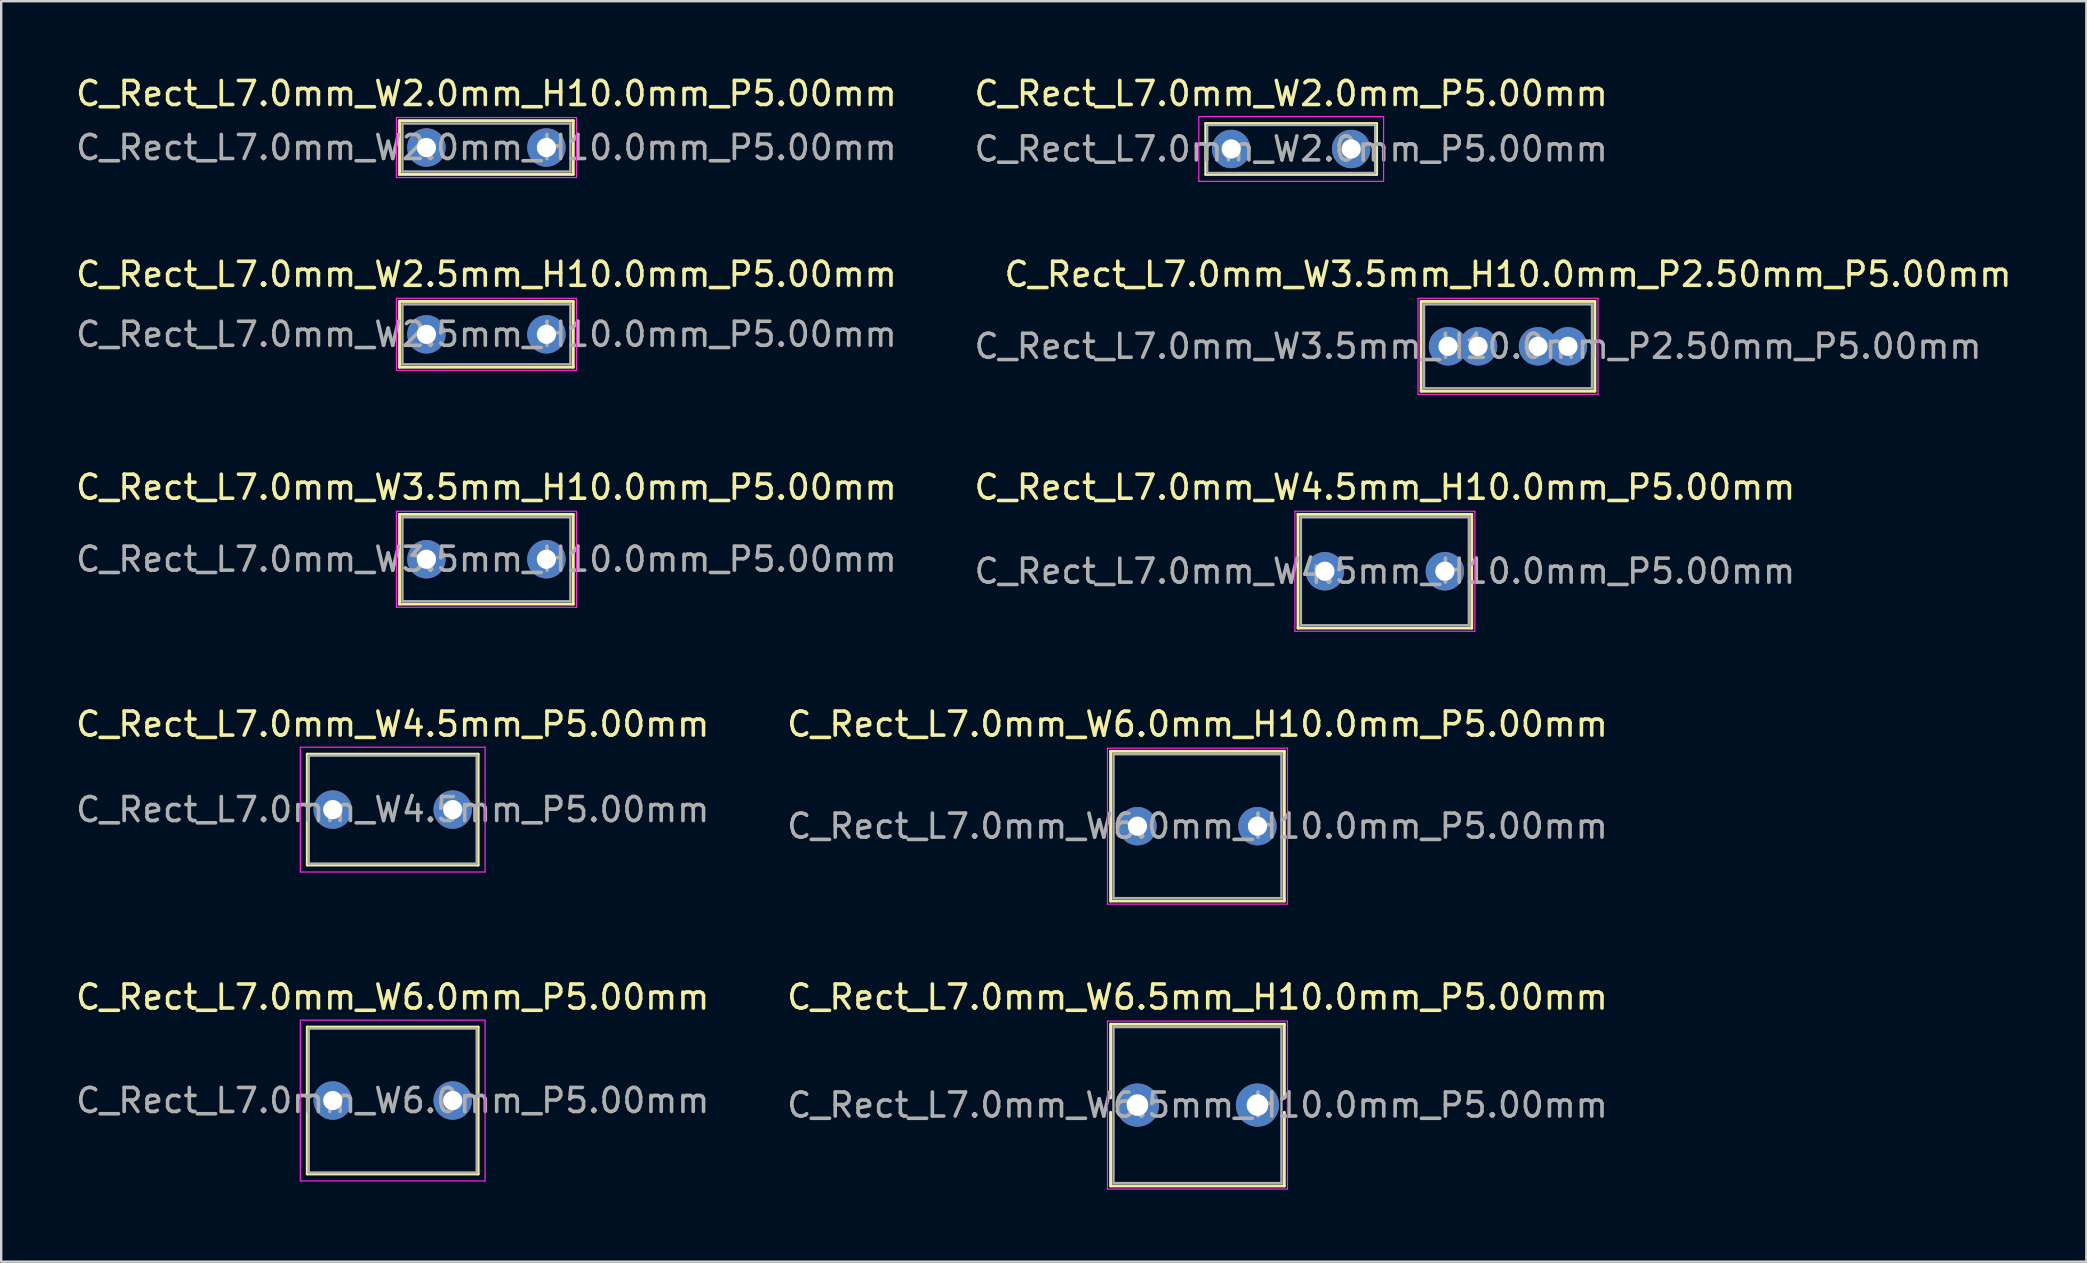
<source format=kicad_pcb>
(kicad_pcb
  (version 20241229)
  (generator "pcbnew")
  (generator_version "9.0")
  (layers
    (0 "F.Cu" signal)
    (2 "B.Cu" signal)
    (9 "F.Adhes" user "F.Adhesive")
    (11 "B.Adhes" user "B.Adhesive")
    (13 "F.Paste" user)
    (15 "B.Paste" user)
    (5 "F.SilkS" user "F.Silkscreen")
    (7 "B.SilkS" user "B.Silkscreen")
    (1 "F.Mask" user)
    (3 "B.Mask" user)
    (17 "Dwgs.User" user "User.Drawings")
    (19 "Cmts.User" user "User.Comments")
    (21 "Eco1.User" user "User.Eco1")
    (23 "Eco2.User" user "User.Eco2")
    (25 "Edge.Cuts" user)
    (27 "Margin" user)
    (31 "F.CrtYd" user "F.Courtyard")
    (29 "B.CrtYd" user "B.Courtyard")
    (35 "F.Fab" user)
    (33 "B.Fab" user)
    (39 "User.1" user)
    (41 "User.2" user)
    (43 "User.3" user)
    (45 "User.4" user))
  (footprint "C_Rect_L7.0mm_W3.5mm_H10.0mm_P2.50mm_P5.00mm"
    (layer "F.Cu")
    (at 57.292 11.382)
    (property "Reference" "C_Rect_L7.0mm_W3.5mm_H10.0mm_P2.50mm_P5.00mm" (at 2.5 -3 0) (layer "F.SilkS") (effects (font (size 1 1) (thickness 0.15))))
    (attr through_hole)
    (fp_line (start -1.12 -1.87) (end -1.12 1.87) (stroke (width 0.12) (type solid)) (layer "F.SilkS"))
    (fp_line (start -1.12 -1.87) (end 6.12 -1.87) (stroke (width 0.12) (type solid)) (layer "F.SilkS"))
    (fp_line (start -1.12 1.87) (end 6.12 1.87) (stroke (width 0.12) (type solid)) (layer "F.SilkS"))
    (fp_line (start 6.12 -1.87) (end 6.12 1.87) (stroke (width 0.12) (type solid)) (layer "F.SilkS"))
    (fp_line (start -1.25 -2) (end -1.25 2) (stroke (width 0.05) (type solid)) (layer "F.CrtYd"))
    (fp_line (start -1.25 2) (end 6.25 2) (stroke (width 0.05) (type solid)) (layer "F.CrtYd"))
    (fp_line (start 6.25 -2) (end -1.25 -2) (stroke (width 0.05) (type solid)) (layer "F.CrtYd"))
    (fp_line (start 6.25 2) (end 6.25 -2) (stroke (width 0.05) (type solid)) (layer "F.CrtYd"))
    (fp_line (start -1 -1.75) (end -1 1.75) (stroke (width 0.1) (type solid)) (layer "F.Fab"))
    (fp_line (start -1 1.75) (end 6 1.75) (stroke (width 0.1) (type solid)) (layer "F.Fab"))
    (fp_line (start 6 -1.75) (end -1 -1.75) (stroke (width 0.1) (type solid)) (layer "F.Fab"))
    (fp_line (start 6 1.75) (end 6 -1.75) (stroke (width 0.1) (type solid)) (layer "F.Fab"))
    (fp_text user "${REFERENCE}" (at 1.25 0 0) (layer "F.Fab") (effects (font (size 1 1) (thickness 0.15))))
    (pad "1" thru_hole circle (at 0 0) (size 1.6 1.6) (drill 0.8) (layers "*.Cu" "*.Mask"))
    (pad "1" thru_hole circle (at 1.25 0) (size 1.6 1.6) (drill 0.8) (layers "*.Cu" "*.Mask"))
    (pad "2" thru_hole circle (at 3.75 0) (size 1.6 1.6) (drill 0.8) (layers "*.Cu" "*.Mask"))
    (pad "2" thru_hole circle (at 5 0) (size 1.6 1.6) (drill 0.8) (layers "*.Cu" "*.Mask")))
  (footprint "C_Rect_L7.0mm_W3.5mm_H10.0mm_P5.00mm"
    (layer "F.Cu")
    (at 14.72 20.255)
    (property "Reference" "C_Rect_L7.0mm_W3.5mm_H10.0mm_P5.00mm" (at 2.5 -3 0) (layer "F.SilkS") (effects (font (size 1 1) (thickness 0.15))))
    (attr through_hole)
    (fp_line (start -1.12 -1.87) (end -1.12 1.87) (stroke (width 0.12) (type solid)) (layer "F.SilkS"))
    (fp_line (start -1.12 -1.87) (end 6.12 -1.87) (stroke (width 0.12) (type solid)) (layer "F.SilkS"))
    (fp_line (start -1.12 1.87) (end 6.12 1.87) (stroke (width 0.12) (type solid)) (layer "F.SilkS"))
    (fp_line (start 6.12 -1.87) (end 6.12 1.87) (stroke (width 0.12) (type solid)) (layer "F.SilkS"))
    (fp_line (start -1.25 -2) (end -1.25 2) (stroke (width 0.05) (type solid)) (layer "F.CrtYd"))
    (fp_line (start -1.25 2) (end 6.25 2) (stroke (width 0.05) (type solid)) (layer "F.CrtYd"))
    (fp_line (start 6.25 -2) (end -1.25 -2) (stroke (width 0.05) (type solid)) (layer "F.CrtYd"))
    (fp_line (start 6.25 2) (end 6.25 -2) (stroke (width 0.05) (type solid)) (layer "F.CrtYd"))
    (fp_line (start -1 -1.75) (end -1 1.75) (stroke (width 0.1) (type solid)) (layer "F.Fab"))
    (fp_line (start -1 1.75) (end 6 1.75) (stroke (width 0.1) (type solid)) (layer "F.Fab"))
    (fp_line (start 6 -1.75) (end -1 -1.75) (stroke (width 0.1) (type solid)) (layer "F.Fab"))
    (fp_line (start 6 1.75) (end 6 -1.75) (stroke (width 0.1) (type solid)) (layer "F.Fab"))
    (fp_text user "${REFERENCE}" (at 2.5 0 0) (layer "F.Fab") (effects (font (size 1 1) (thickness 0.15))))
    (pad "1" thru_hole circle (at 0 0) (size 1.6 1.6) (drill 0.8) (layers "*.Cu" "*.Mask"))
    (pad "2" thru_hole circle (at 5 0) (size 1.6 1.6) (drill 0.8) (layers "*.Cu" "*.Mask")))
  (footprint "C_Rect_L7.0mm_W2.5mm_H10.0mm_P5.00mm"
    (layer "F.Cu")
    (at 14.72 10.882)
    (property "Reference" "C_Rect_L7.0mm_W2.5mm_H10.0mm_P5.00mm" (at 2.5 -2.5 0) (layer "F.SilkS") (effects (font (size 1 1) (thickness 0.15))))
    (attr through_hole)
    (fp_line (start -1.12 -1.37) (end -1.12 1.37) (stroke (width 0.12) (type solid)) (layer "F.SilkS"))
    (fp_line (start -1.12 -1.37) (end 6.12 -1.37) (stroke (width 0.12) (type solid)) (layer "F.SilkS"))
    (fp_line (start -1.12 1.37) (end 6.12 1.37) (stroke (width 0.12) (type solid)) (layer "F.SilkS"))
    (fp_line (start 6.12 -1.37) (end 6.12 1.37) (stroke (width 0.12) (type solid)) (layer "F.SilkS"))
    (fp_line (start -1.25 -1.5) (end -1.25 1.5) (stroke (width 0.05) (type solid)) (layer "F.CrtYd"))
    (fp_line (start -1.25 1.5) (end 6.25 1.5) (stroke (width 0.05) (type solid)) (layer "F.CrtYd"))
    (fp_line (start 6.25 -1.5) (end -1.25 -1.5) (stroke (width 0.05) (type solid)) (layer "F.CrtYd"))
    (fp_line (start 6.25 1.5) (end 6.25 -1.5) (stroke (width 0.05) (type solid)) (layer "F.CrtYd"))
    (fp_line (start -1 -1.25) (end -1 1.25) (stroke (width 0.1) (type solid)) (layer "F.Fab"))
    (fp_line (start -1 1.25) (end 6 1.25) (stroke (width 0.1) (type solid)) (layer "F.Fab"))
    (fp_line (start 6 -1.25) (end -1 -1.25) (stroke (width 0.1) (type solid)) (layer "F.Fab"))
    (fp_line (start 6 1.25) (end 6 -1.25) (stroke (width 0.1) (type solid)) (layer "F.Fab"))
    (fp_text user "${REFERENCE}" (at 2.5 0 0) (layer "F.Fab") (effects (font (size 1 1) (thickness 0.15))))
    (pad "1" thru_hole circle (at 0 0) (size 1.6 1.6) (drill 0.8) (layers "*.Cu" "*.Mask"))
    (pad "2" thru_hole circle (at 5 0) (size 1.6 1.6) (drill 0.8) (layers "*.Cu" "*.Mask")))
  (footprint "C_Rect_L7.0mm_W6.0mm_P5.00mm"
    (layer "F.Cu")
    (at 10.815 42.811)
    (property "Reference" "C_Rect_L7.0mm_W6.0mm_P5.00mm" (at 2.5 -4.31 0) (layer "F.SilkS") (effects (font (size 1 1) (thickness 0.15))))
    (attr through_hole)
    (fp_line (start -1.06 -3.06) (end -1.06 3.06) (stroke (width 0.12) (type solid)) (layer "F.SilkS"))
    (fp_line (start -1.06 -3.06) (end 6.06 -3.06) (stroke (width 0.12) (type solid)) (layer "F.SilkS"))
    (fp_line (start -1.06 3.06) (end 6.06 3.06) (stroke (width 0.12) (type solid)) (layer "F.SilkS"))
    (fp_line (start 6.06 -3.06) (end 6.06 3.06) (stroke (width 0.12) (type solid)) (layer "F.SilkS"))
    (fp_line (start -1.35 -3.35) (end -1.35 3.35) (stroke (width 0.05) (type solid)) (layer "F.CrtYd"))
    (fp_line (start -1.35 3.35) (end 6.35 3.35) (stroke (width 0.05) (type solid)) (layer "F.CrtYd"))
    (fp_line (start 6.35 -3.35) (end -1.35 -3.35) (stroke (width 0.05) (type solid)) (layer "F.CrtYd"))
    (fp_line (start 6.35 3.35) (end 6.35 -3.35) (stroke (width 0.05) (type solid)) (layer "F.CrtYd"))
    (fp_line (start -1 -3) (end -1 3) (stroke (width 0.1) (type solid)) (layer "F.Fab"))
    (fp_line (start -1 3) (end 6 3) (stroke (width 0.1) (type solid)) (layer "F.Fab"))
    (fp_line (start 6 -3) (end -1 -3) (stroke (width 0.1) (type solid)) (layer "F.Fab"))
    (fp_line (start 6 3) (end 6 -3) (stroke (width 0.1) (type solid)) (layer "F.Fab"))
    (fp_text user "${REFERENCE}" (at 2.5 0 0) (layer "F.Fab") (effects (font (size 1 1) (thickness 0.15))))
    (pad "1" thru_hole circle (at 0 0) (size 1.6 1.6) (drill 0.8) (layers "*.Cu" "*.Mask"))
    (pad "2" thru_hole circle (at 5 0) (size 1.6 1.6) (drill 0.8) (layers "*.Cu" "*.Mask")))
  (footprint "C_Rect_L7.0mm_W4.5mm_P5.00mm"
    (layer "F.Cu")
    (at 10.815 30.688)
    (property "Reference" "C_Rect_L7.0mm_W4.5mm_P5.00mm" (at 2.5 -3.56 0) (layer "F.SilkS") (effects (font (size 1 1) (thickness 0.15))))
    (attr through_hole)
    (fp_line (start -1.06 -2.31) (end -1.06 2.31) (stroke (width 0.12) (type solid)) (layer "F.SilkS"))
    (fp_line (start -1.06 -2.31) (end 6.06 -2.31) (stroke (width 0.12) (type solid)) (layer "F.SilkS"))
    (fp_line (start -1.06 2.31) (end 6.06 2.31) (stroke (width 0.12) (type solid)) (layer "F.SilkS"))
    (fp_line (start 6.06 -2.31) (end 6.06 2.31) (stroke (width 0.12) (type solid)) (layer "F.SilkS"))
    (fp_line (start -1.35 -2.6) (end -1.35 2.6) (stroke (width 0.05) (type solid)) (layer "F.CrtYd"))
    (fp_line (start -1.35 2.6) (end 6.35 2.6) (stroke (width 0.05) (type solid)) (layer "F.CrtYd"))
    (fp_line (start 6.35 -2.6) (end -1.35 -2.6) (stroke (width 0.05) (type solid)) (layer "F.CrtYd"))
    (fp_line (start 6.35 2.6) (end 6.35 -2.6) (stroke (width 0.05) (type solid)) (layer "F.CrtYd"))
    (fp_line (start -1 -2.25) (end -1 2.25) (stroke (width 0.1) (type solid)) (layer "F.Fab"))
    (fp_line (start -1 2.25) (end 6 2.25) (stroke (width 0.1) (type solid)) (layer "F.Fab"))
    (fp_line (start 6 -2.25) (end -1 -2.25) (stroke (width 0.1) (type solid)) (layer "F.Fab"))
    (fp_line (start 6 2.25) (end 6 -2.25) (stroke (width 0.1) (type solid)) (layer "F.Fab"))
    (fp_text user "${REFERENCE}" (at 2.5 0 0) (layer "F.Fab") (effects (font (size 1 1) (thickness 0.15))))
    (pad "1" thru_hole circle (at 0 0) (size 1.6 1.6) (drill 0.8) (layers "*.Cu" "*.Mask"))
    (pad "2" thru_hole circle (at 5 0) (size 1.6 1.6) (drill 0.8) (layers "*.Cu" "*.Mask")))
  (footprint "C_Rect_L7.0mm_W4.5mm_H10.0mm_P5.00mm"
    (layer "F.Cu")
    (at 52.161 20.755)
    (property "Reference" "C_Rect_L7.0mm_W4.5mm_H10.0mm_P5.00mm" (at 2.5 -3.5 0) (layer "F.SilkS") (effects (font (size 1 1) (thickness 0.15))))
    (attr through_hole)
    (fp_line (start -1.12 -2.37) (end -1.12 2.37) (stroke (width 0.12) (type solid)) (layer "F.SilkS"))
    (fp_line (start -1.12 -2.37) (end 6.12 -2.37) (stroke (width 0.12) (type solid)) (layer "F.SilkS"))
    (fp_line (start -1.12 2.37) (end 6.12 2.37) (stroke (width 0.12) (type solid)) (layer "F.SilkS"))
    (fp_line (start 6.12 -2.37) (end 6.12 2.37) (stroke (width 0.12) (type solid)) (layer "F.SilkS"))
    (fp_line (start -1.25 -2.5) (end -1.25 2.5) (stroke (width 0.05) (type solid)) (layer "F.CrtYd"))
    (fp_line (start -1.25 2.5) (end 6.25 2.5) (stroke (width 0.05) (type solid)) (layer "F.CrtYd"))
    (fp_line (start 6.25 -2.5) (end -1.25 -2.5) (stroke (width 0.05) (type solid)) (layer "F.CrtYd"))
    (fp_line (start 6.25 2.5) (end 6.25 -2.5) (stroke (width 0.05) (type solid)) (layer "F.CrtYd"))
    (fp_line (start -1 -2.25) (end -1 2.25) (stroke (width 0.1) (type solid)) (layer "F.Fab"))
    (fp_line (start -1 2.25) (end 6 2.25) (stroke (width 0.1) (type solid)) (layer "F.Fab"))
    (fp_line (start 6 -2.25) (end -1 -2.25) (stroke (width 0.1) (type solid)) (layer "F.Fab"))
    (fp_line (start 6 2.25) (end 6 -2.25) (stroke (width 0.1) (type solid)) (layer "F.Fab"))
    (fp_text user "${REFERENCE}" (at 2.5 0 0) (layer "F.Fab") (effects (font (size 1 1) (thickness 0.15))))
    (pad "1" thru_hole circle (at 0 0) (size 1.6 1.6) (drill 0.8) (layers "*.Cu" "*.Mask"))
    (pad "2" thru_hole circle (at 5 0) (size 1.6 1.6) (drill 0.8) (layers "*.Cu" "*.Mask")))
  (footprint "C_Rect_L7.0mm_W2.0mm_P5.00mm"
    (layer "F.Cu")
    (at 48.256 3.158)
    (property "Reference" "C_Rect_L7.0mm_W2.0mm_P5.00mm" (at 2.5 -2.31 0) (layer "F.SilkS") (effects (font (size 1 1) (thickness 0.15))))
    (attr through_hole)
    (fp_line (start -1.06 -1.06) (end -1.06 1.06) (stroke (width 0.12) (type solid)) (layer "F.SilkS"))
    (fp_line (start -1.06 -1.06) (end 6.06 -1.06) (stroke (width 0.12) (type solid)) (layer "F.SilkS"))
    (fp_line (start -1.06 1.06) (end 6.06 1.06) (stroke (width 0.12) (type solid)) (layer "F.SilkS"))
    (fp_line (start 6.06 -1.06) (end 6.06 1.06) (stroke (width 0.12) (type solid)) (layer "F.SilkS"))
    (fp_line (start -1.35 -1.35) (end -1.35 1.35) (stroke (width 0.05) (type solid)) (layer "F.CrtYd"))
    (fp_line (start -1.35 1.35) (end 6.35 1.35) (stroke (width 0.05) (type solid)) (layer "F.CrtYd"))
    (fp_line (start 6.35 -1.35) (end -1.35 -1.35) (stroke (width 0.05) (type solid)) (layer "F.CrtYd"))
    (fp_line (start 6.35 1.35) (end 6.35 -1.35) (stroke (width 0.05) (type solid)) (layer "F.CrtYd"))
    (fp_line (start -1 -1) (end -1 1) (stroke (width 0.1) (type solid)) (layer "F.Fab"))
    (fp_line (start -1 1) (end 6 1) (stroke (width 0.1) (type solid)) (layer "F.Fab"))
    (fp_line (start 6 -1) (end -1 -1) (stroke (width 0.1) (type solid)) (layer "F.Fab"))
    (fp_line (start 6 1) (end 6 -1) (stroke (width 0.1) (type solid)) (layer "F.Fab"))
    (fp_text user "${REFERENCE}" (at 2.5 0 0) (layer "F.Fab") (effects (font (size 1 1) (thickness 0.15))))
    (pad "1" thru_hole circle (at 0 0) (size 1.6 1.6) (drill 0.8) (layers "*.Cu" "*.Mask"))
    (pad "2" thru_hole circle (at 5 0) (size 1.6 1.6) (drill 0.8) (layers "*.Cu" "*.Mask")))
  (footprint "C_Rect_L7.0mm_W6.5mm_H10.0mm_P5.00mm"
    (layer "F.Cu")
    (at 44.351 43.001)
    (property "Reference" "C_Rect_L7.0mm_W6.5mm_H10.0mm_P5.00mm" (at 2.5 -4.5 0) (layer "F.SilkS") (effects (font (size 1 1) (thickness 0.15))))
    (attr through_hole)
    (fp_line (start -1.12 -3.37) (end -1.12 -0.301) (stroke (width 0.12) (type solid)) (layer "F.SilkS"))
    (fp_line (start -1.12 -3.37) (end 6.12 -3.37) (stroke (width 0.12) (type solid)) (layer "F.SilkS"))
    (fp_line (start -1.12 0.301) (end -1.12 3.37) (stroke (width 0.12) (type solid)) (layer "F.SilkS"))
    (fp_line (start -1.12 3.37) (end 6.12 3.37) (stroke (width 0.12) (type solid)) (layer "F.SilkS"))
    (fp_line (start 6.12 -3.37) (end 6.12 -0.301) (stroke (width 0.12) (type solid)) (layer "F.SilkS"))
    (fp_line (start 6.12 0.301) (end 6.12 3.37) (stroke (width 0.12) (type solid)) (layer "F.SilkS"))
    (fp_line (start -1.25 -3.5) (end -1.25 3.5) (stroke (width 0.05) (type solid)) (layer "F.CrtYd"))
    (fp_line (start -1.25 3.5) (end 6.25 3.5) (stroke (width 0.05) (type solid)) (layer "F.CrtYd"))
    (fp_line (start 6.25 -3.5) (end -1.25 -3.5) (stroke (width 0.05) (type solid)) (layer "F.CrtYd"))
    (fp_line (start 6.25 3.5) (end 6.25 -3.5) (stroke (width 0.05) (type solid)) (layer "F.CrtYd"))
    (fp_line (start -1 -3.25) (end -1 3.25) (stroke (width 0.1) (type solid)) (layer "F.Fab"))
    (fp_line (start -1 3.25) (end 6 3.25) (stroke (width 0.1) (type solid)) (layer "F.Fab"))
    (fp_line (start 6 -3.25) (end -1 -3.25) (stroke (width 0.1) (type solid)) (layer "F.Fab"))
    (fp_line (start 6 3.25) (end 6 -3.25) (stroke (width 0.1) (type solid)) (layer "F.Fab"))
    (fp_text user "${REFERENCE}" (at 2.5 0 0) (layer "F.Fab") (effects (font (size 1 1) (thickness 0.15))))
    (pad "1" thru_hole circle (at 0 0) (size 1.8 1.8) (drill 0.9) (layers "*.Cu" "*.Mask"))
    (pad "2" thru_hole circle (at 5 0) (size 1.8 1.8) (drill 0.9) (layers "*.Cu" "*.Mask")))
  (footprint "C_Rect_L7.0mm_W6.0mm_H10.0mm_P5.00mm"
    (layer "F.Cu")
    (at 44.351 31.378)
    (property "Reference" "C_Rect_L7.0mm_W6.0mm_H10.0mm_P5.00mm" (at 2.5 -4.25 0) (layer "F.SilkS") (effects (font (size 1 1) (thickness 0.15))))
    (attr through_hole)
    (fp_line (start -1.12 -3.12) (end -1.12 3.12) (stroke (width 0.12) (type solid)) (layer "F.SilkS"))
    (fp_line (start -1.12 -3.12) (end 6.12 -3.12) (stroke (width 0.12) (type solid)) (layer "F.SilkS"))
    (fp_line (start -1.12 3.12) (end 6.12 3.12) (stroke (width 0.12) (type solid)) (layer "F.SilkS"))
    (fp_line (start 6.12 -3.12) (end 6.12 3.12) (stroke (width 0.12) (type solid)) (layer "F.SilkS"))
    (fp_line (start -1.25 -3.25) (end -1.25 3.25) (stroke (width 0.05) (type solid)) (layer "F.CrtYd"))
    (fp_line (start -1.25 3.25) (end 6.25 3.25) (stroke (width 0.05) (type solid)) (layer "F.CrtYd"))
    (fp_line (start 6.25 -3.25) (end -1.25 -3.25) (stroke (width 0.05) (type solid)) (layer "F.CrtYd"))
    (fp_line (start 6.25 3.25) (end 6.25 -3.25) (stroke (width 0.05) (type solid)) (layer "F.CrtYd"))
    (fp_line (start -1 -3) (end -1 3) (stroke (width 0.1) (type solid)) (layer "F.Fab"))
    (fp_line (start -1 3) (end 6 3) (stroke (width 0.1) (type solid)) (layer "F.Fab"))
    (fp_line (start 6 -3) (end -1 -3) (stroke (width 0.1) (type solid)) (layer "F.Fab"))
    (fp_line (start 6 3) (end 6 -3) (stroke (width 0.1) (type solid)) (layer "F.Fab"))
    (fp_text user "${REFERENCE}" (at 2.5 0 0) (layer "F.Fab") (effects (font (size 1 1) (thickness 0.15))))
    (pad "1" thru_hole circle (at 0 0) (size 1.6 1.6) (drill 0.8) (layers "*.Cu" "*.Mask"))
    (pad "2" thru_hole circle (at 5 0) (size 1.6 1.6) (drill 0.8) (layers "*.Cu" "*.Mask")))
  (footprint "C_Rect_L7.0mm_W2.0mm_H10.0mm_P5.00mm"
    (layer "F.Cu")
    (at 14.72 3.098)
    (property "Reference" "C_Rect_L7.0mm_W2.0mm_H10.0mm_P5.00mm" (at 2.5 -2.25 0) (layer "F.SilkS") (effects (font (size 1 1) (thickness 0.15))))
    (attr through_hole)
    (fp_line (start -1.12 -1.12) (end -1.12 1.12) (stroke (width 0.12) (type solid)) (layer "F.SilkS"))
    (fp_line (start -1.12 -1.12) (end 6.12 -1.12) (stroke (width 0.12) (type solid)) (layer "F.SilkS"))
    (fp_line (start -1.12 1.12) (end 6.12 1.12) (stroke (width 0.12) (type solid)) (layer "F.SilkS"))
    (fp_line (start 6.12 -1.12) (end 6.12 1.12) (stroke (width 0.12) (type solid)) (layer "F.SilkS"))
    (fp_line (start -1.25 -1.25) (end -1.25 1.25) (stroke (width 0.05) (type solid)) (layer "F.CrtYd"))
    (fp_line (start -1.25 1.25) (end 6.25 1.25) (stroke (width 0.05) (type solid)) (layer "F.CrtYd"))
    (fp_line (start 6.25 -1.25) (end -1.25 -1.25) (stroke (width 0.05) (type solid)) (layer "F.CrtYd"))
    (fp_line (start 6.25 1.25) (end 6.25 -1.25) (stroke (width 0.05) (type solid)) (layer "F.CrtYd"))
    (fp_line (start -1 -1) (end -1 1) (stroke (width 0.1) (type solid)) (layer "F.Fab"))
    (fp_line (start -1 1) (end 6 1) (stroke (width 0.1) (type solid)) (layer "F.Fab"))
    (fp_line (start 6 -1) (end -1 -1) (stroke (width 0.1) (type solid)) (layer "F.Fab"))
    (fp_line (start 6 1) (end 6 -1) (stroke (width 0.1) (type solid)) (layer "F.Fab"))
    (fp_text user "${REFERENCE}" (at 2.5 0 0) (layer "F.Fab") (effects (font (size 1 1) (thickness 0.15))))
    (pad "1" thru_hole circle (at 0 0) (size 1.6 1.6) (drill 0.8) (layers "*.Cu" "*.Mask"))
    (pad "2" thru_hole circle (at 5 0) (size 1.6 1.6) (drill 0.8) (layers "*.Cu" "*.Mask")))
  (gr_rect
    (start -3 -3)
    (end 83.893 49.526)
    (stroke (width 0.1) (type default))
    (fill no)
    (layer "Edge.Cuts")))
</source>
